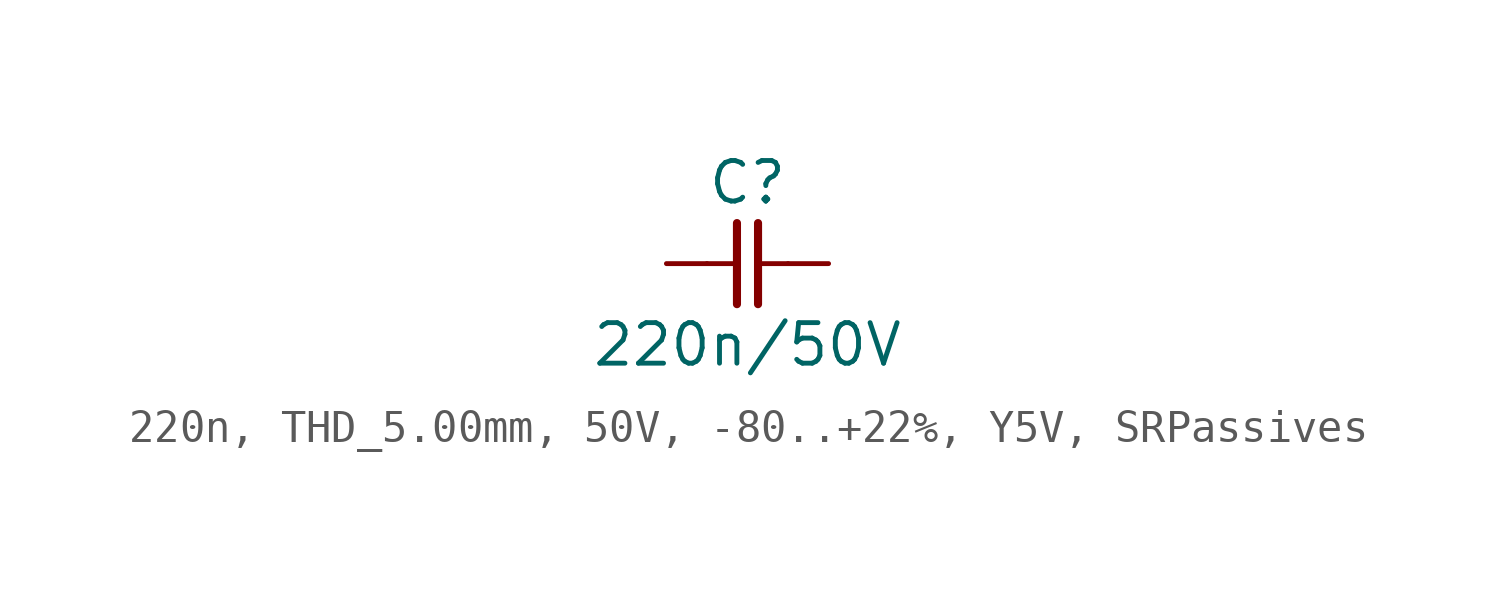
<source format=kicad_sym>
(kicad_symbol_lib
  (version 20241209)
  (generator "kicad_symbol_editor")
  (generator_version "9.0")
  (symbol "220n, THD_5.00mm, 50V, -80..+22%, Y5V, SRPassives"
    (pin_numbers
      (hide yes))
    (pin_names
      (offset 0)
      (hide yes))
    (property "Reference" "C"
      (at 0 2.54 0)
      (effects (font (size 1.27 1.27))))
    (property "Value" "220n/50V"
      (at 0 -2.54 0)
      (effects (font (size 1.27 1.27))))
    (symbol "220n, THD_5.00mm, 50V, -80..+22%, Y5V, SRPassives_0_1"
      (polyline (pts (xy -0.33 1.27) (xy -0.33 -1.27)) (stroke (width 0.254) (type default)) (fill (type none)))
      (polyline (pts (xy -0.318 0) (xy -1.27 0)) (stroke (width 0) (type default)) (fill (type none)))
      (polyline (pts (xy 0.33 1.27) (xy 0.33 -1.27)) (stroke (width 0.254) (type default)) (fill (type none)))
      (polyline (pts (xy 1.27 0) (xy 0.318 0)) (stroke (width 0) (type default)) (fill (type none))))
    (symbol "220n, THD_5.00mm, 50V, -80..+22%, Y5V, SRPassives_1_1"
      (pin passive line (at -2.54 0 0) (length 1.27) (name "1" (effects (font (size 1.27 1.27)))) (number "1" (effects (font (size 1.27 1.27)))))
      (pin passive line (at 2.54 0 180) (length 1.27) (name "2" (effects (font (size 1.27 1.27)))) (number "2" (effects (font (size 1.27 1.27))))))))
</source>
